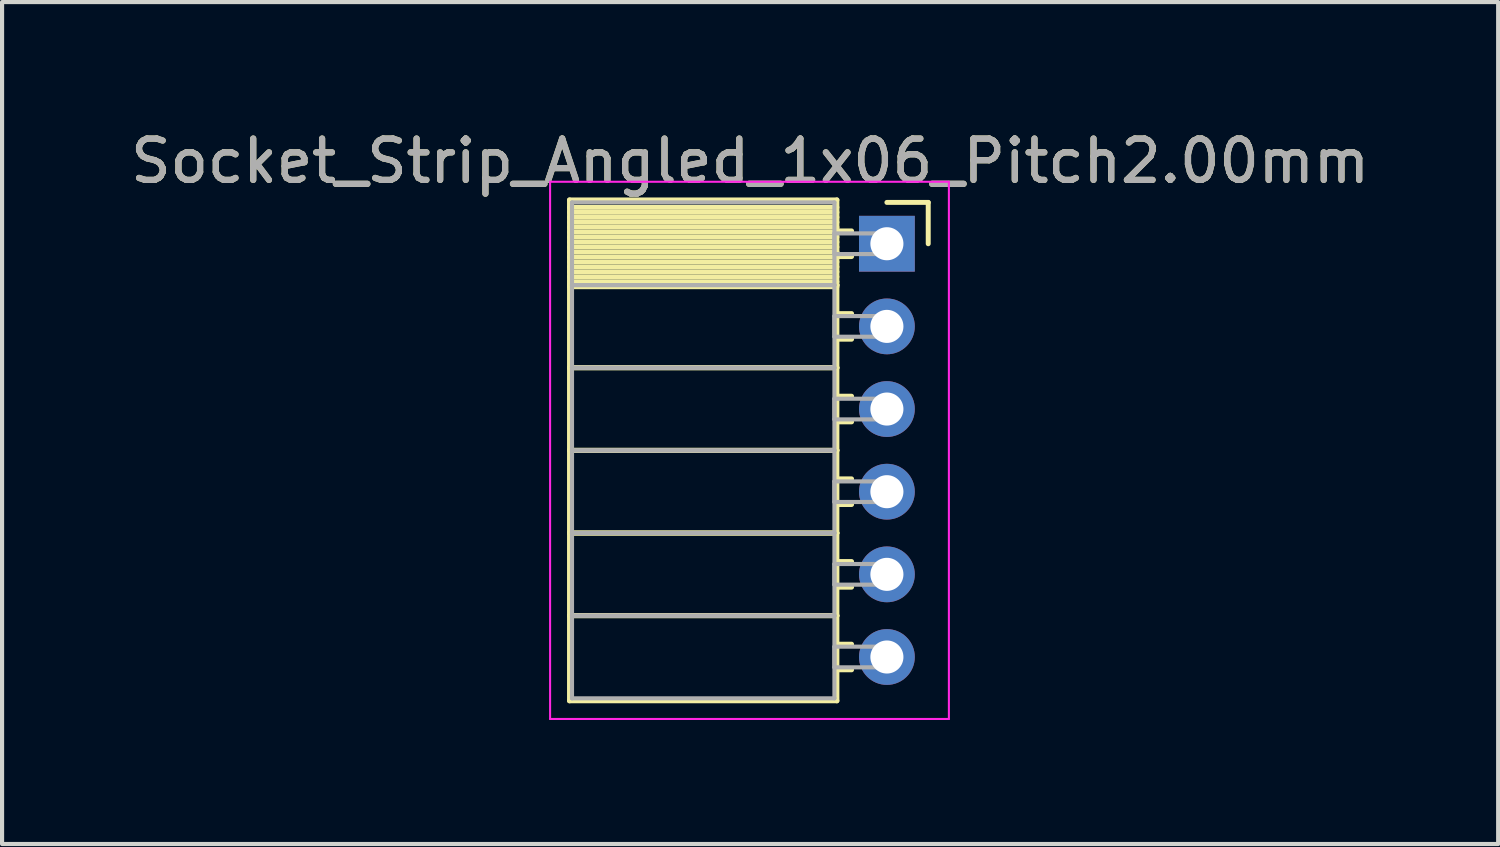
<source format=kicad_pcb>
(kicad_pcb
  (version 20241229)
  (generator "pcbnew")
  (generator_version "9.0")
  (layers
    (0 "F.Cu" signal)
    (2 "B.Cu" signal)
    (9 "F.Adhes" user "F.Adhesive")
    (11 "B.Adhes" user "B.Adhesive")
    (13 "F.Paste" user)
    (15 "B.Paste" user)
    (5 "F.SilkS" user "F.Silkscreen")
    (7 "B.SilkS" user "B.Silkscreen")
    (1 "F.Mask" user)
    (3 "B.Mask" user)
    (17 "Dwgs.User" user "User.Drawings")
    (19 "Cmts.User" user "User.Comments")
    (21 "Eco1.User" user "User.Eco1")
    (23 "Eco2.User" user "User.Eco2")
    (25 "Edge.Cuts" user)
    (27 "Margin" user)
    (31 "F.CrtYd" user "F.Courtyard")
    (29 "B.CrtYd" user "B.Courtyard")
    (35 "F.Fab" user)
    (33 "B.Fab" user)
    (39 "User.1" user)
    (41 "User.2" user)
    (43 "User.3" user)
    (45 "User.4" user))
  (footprint "Socket_Strip_Angled_1x06_Pitch2.00mm"
    (layer "F.Cu")
    (at 18.411 2.848)
    (property "Reference" "Socket_Strip_Angled_1x06_Pitch2.00mm" (at -3.31 -2 0) (layer "F.SilkS") (effects (font (size 1 1) (thickness 0.15))))
    (attr through_hole)
    (fp_line (start -7.68 -1.06) (end -1.21 -1.06) (stroke (width 0.12) (type solid)) (layer "F.SilkS"))
    (fp_line (start -7.68 1) (end -7.68 -1.06) (stroke (width 0.12) (type solid)) (layer "F.SilkS"))
    (fp_line (start -7.68 1) (end -1.21 1) (stroke (width 0.12) (type solid)) (layer "F.SilkS"))
    (fp_line (start -7.68 3) (end -7.68 1) (stroke (width 0.12) (type solid)) (layer "F.SilkS"))
    (fp_line (start -7.68 3) (end -1.21 3) (stroke (width 0.12) (type solid)) (layer "F.SilkS"))
    (fp_line (start -7.68 5) (end -7.68 3) (stroke (width 0.12) (type solid)) (layer "F.SilkS"))
    (fp_line (start -7.68 5) (end -1.21 5) (stroke (width 0.12) (type solid)) (layer "F.SilkS"))
    (fp_line (start -7.68 7) (end -7.68 5) (stroke (width 0.12) (type solid)) (layer "F.SilkS"))
    (fp_line (start -7.68 7) (end -1.21 7) (stroke (width 0.12) (type solid)) (layer "F.SilkS"))
    (fp_line (start -7.68 9) (end -7.68 7) (stroke (width 0.12) (type solid)) (layer "F.SilkS"))
    (fp_line (start -7.68 9) (end -1.21 9) (stroke (width 0.12) (type solid)) (layer "F.SilkS"))
    (fp_line (start -7.68 11.06) (end -7.68 9) (stroke (width 0.12) (type solid)) (layer "F.SilkS"))
    (fp_line (start -1.21 -1.06) (end -1.21 1) (stroke (width 0.12) (type solid)) (layer "F.SilkS"))
    (fp_line (start -1.21 -0.88) (end -7.68 -0.88) (stroke (width 0.12) (type solid)) (layer "F.SilkS"))
    (fp_line (start -1.21 -0.76) (end -7.68 -0.76) (stroke (width 0.12) (type solid)) (layer "F.SilkS"))
    (fp_line (start -1.21 -0.64) (end -7.68 -0.64) (stroke (width 0.12) (type solid)) (layer "F.SilkS"))
    (fp_line (start -1.21 -0.52) (end -7.68 -0.52) (stroke (width 0.12) (type solid)) (layer "F.SilkS"))
    (fp_line (start -1.21 -0.4) (end -7.68 -0.4) (stroke (width 0.12) (type solid)) (layer "F.SilkS"))
    (fp_line (start -1.21 -0.28) (end -7.68 -0.28) (stroke (width 0.12) (type solid)) (layer "F.SilkS"))
    (fp_line (start -1.21 -0.16) (end -7.68 -0.16) (stroke (width 0.12) (type solid)) (layer "F.SilkS"))
    (fp_line (start -1.21 -0.04) (end -7.68 -0.04) (stroke (width 0.12) (type solid)) (layer "F.SilkS"))
    (fp_line (start -1.21 0.08) (end -7.68 0.08) (stroke (width 0.12) (type solid)) (layer "F.SilkS"))
    (fp_line (start -1.21 0.2) (end -7.68 0.2) (stroke (width 0.12) (type solid)) (layer "F.SilkS"))
    (fp_line (start -1.21 0.32) (end -7.68 0.32) (stroke (width 0.12) (type solid)) (layer "F.SilkS"))
    (fp_line (start -1.21 0.44) (end -7.68 0.44) (stroke (width 0.12) (type solid)) (layer "F.SilkS"))
    (fp_line (start -1.21 0.56) (end -7.68 0.56) (stroke (width 0.12) (type solid)) (layer "F.SilkS"))
    (fp_line (start -1.21 0.68) (end -7.68 0.68) (stroke (width 0.12) (type solid)) (layer "F.SilkS"))
    (fp_line (start -1.21 0.8) (end -7.68 0.8) (stroke (width 0.12) (type solid)) (layer "F.SilkS"))
    (fp_line (start -1.21 0.92) (end -7.68 0.92) (stroke (width 0.12) (type solid)) (layer "F.SilkS"))
    (fp_line (start -1.21 1) (end -7.68 1) (stroke (width 0.12) (type solid)) (layer "F.SilkS"))
    (fp_line (start -1.21 1) (end -1.21 3) (stroke (width 0.12) (type solid)) (layer "F.SilkS"))
    (fp_line (start -1.21 1.04) (end -7.68 1.04) (stroke (width 0.12) (type solid)) (layer "F.SilkS"))
    (fp_line (start -1.21 3) (end -7.68 3) (stroke (width 0.12) (type solid)) (layer "F.SilkS"))
    (fp_line (start -1.21 3) (end -1.21 5) (stroke (width 0.12) (type solid)) (layer "F.SilkS"))
    (fp_line (start -1.21 5) (end -7.68 5) (stroke (width 0.12) (type solid)) (layer "F.SilkS"))
    (fp_line (start -1.21 5) (end -1.21 7) (stroke (width 0.12) (type solid)) (layer "F.SilkS"))
    (fp_line (start -1.21 7) (end -7.68 7) (stroke (width 0.12) (type solid)) (layer "F.SilkS"))
    (fp_line (start -1.21 7) (end -1.21 9) (stroke (width 0.12) (type solid)) (layer "F.SilkS"))
    (fp_line (start -1.21 9) (end -7.68 9) (stroke (width 0.12) (type solid)) (layer "F.SilkS"))
    (fp_line (start -1.21 9) (end -1.21 11.06) (stroke (width 0.12) (type solid)) (layer "F.SilkS"))
    (fp_line (start -1.21 11.06) (end -7.68 11.06) (stroke (width 0.12) (type solid)) (layer "F.SilkS"))
    (fp_line (start -0.855 -0.31) (end -1.21 -0.31) (stroke (width 0.12) (type solid)) (layer "F.SilkS"))
    (fp_line (start -0.855 0.31) (end -1.21 0.31) (stroke (width 0.12) (type solid)) (layer "F.SilkS"))
    (fp_line (start -0.855 1.69) (end -1.21 1.69) (stroke (width 0.12) (type solid)) (layer "F.SilkS"))
    (fp_line (start -0.855 2.31) (end -1.21 2.31) (stroke (width 0.12) (type solid)) (layer "F.SilkS"))
    (fp_line (start -0.855 3.69) (end -1.21 3.69) (stroke (width 0.12) (type solid)) (layer "F.SilkS"))
    (fp_line (start -0.855 4.31) (end -1.21 4.31) (stroke (width 0.12) (type solid)) (layer "F.SilkS"))
    (fp_line (start -0.855 5.69) (end -1.21 5.69) (stroke (width 0.12) (type solid)) (layer "F.SilkS"))
    (fp_line (start -0.855 6.31) (end -1.21 6.31) (stroke (width 0.12) (type solid)) (layer "F.SilkS"))
    (fp_line (start -0.855 7.69) (end -1.21 7.69) (stroke (width 0.12) (type solid)) (layer "F.SilkS"))
    (fp_line (start -0.855 8.31) (end -1.21 8.31) (stroke (width 0.12) (type solid)) (layer "F.SilkS"))
    (fp_line (start -0.855 9.69) (end -1.21 9.69) (stroke (width 0.12) (type solid)) (layer "F.SilkS"))
    (fp_line (start -0.855 10.31) (end -1.21 10.31) (stroke (width 0.12) (type solid)) (layer "F.SilkS"))
    (fp_line (start 0 -1) (end 1 -1) (stroke (width 0.12) (type solid)) (layer "F.SilkS"))
    (fp_line (start 1 -1) (end 1 0) (stroke (width 0.12) (type solid)) (layer "F.SilkS"))
    (fp_line (start -8.15 -1.5) (end 1.5 -1.5) (stroke (width 0.05) (type solid)) (layer "F.CrtYd"))
    (fp_line (start -8.15 11.5) (end -8.15 -1.5) (stroke (width 0.05) (type solid)) (layer "F.CrtYd"))
    (fp_line (start 1.5 -1.5) (end 1.5 11.5) (stroke (width 0.05) (type solid)) (layer "F.CrtYd"))
    (fp_line (start 1.5 11.5) (end -8.15 11.5) (stroke (width 0.05) (type solid)) (layer "F.CrtYd"))
    (fp_line (start -7.62 -1) (end -1.27 -1) (stroke (width 0.1) (type solid)) (layer "F.Fab"))
    (fp_line (start -7.62 1) (end -7.62 -1) (stroke (width 0.1) (type solid)) (layer "F.Fab"))
    (fp_line (start -7.62 1) (end -1.27 1) (stroke (width 0.1) (type solid)) (layer "F.Fab"))
    (fp_line (start -7.62 3) (end -7.62 1) (stroke (width 0.1) (type solid)) (layer "F.Fab"))
    (fp_line (start -7.62 3) (end -1.27 3) (stroke (width 0.1) (type solid)) (layer "F.Fab"))
    (fp_line (start -7.62 5) (end -7.62 3) (stroke (width 0.1) (type solid)) (layer "F.Fab"))
    (fp_line (start -7.62 5) (end -1.27 5) (stroke (width 0.1) (type solid)) (layer "F.Fab"))
    (fp_line (start -7.62 7) (end -7.62 5) (stroke (width 0.1) (type solid)) (layer "F.Fab"))
    (fp_line (start -7.62 7) (end -1.27 7) (stroke (width 0.1) (type solid)) (layer "F.Fab"))
    (fp_line (start -7.62 9) (end -7.62 7) (stroke (width 0.1) (type solid)) (layer "F.Fab"))
    (fp_line (start -7.62 9) (end -1.27 9) (stroke (width 0.1) (type solid)) (layer "F.Fab"))
    (fp_line (start -7.62 11) (end -7.62 9) (stroke (width 0.1) (type solid)) (layer "F.Fab"))
    (fp_line (start -1.27 -1) (end -1.27 1) (stroke (width 0.1) (type solid)) (layer "F.Fab"))
    (fp_line (start -1.27 -0.25) (end 0 -0.25) (stroke (width 0.1) (type solid)) (layer "F.Fab"))
    (fp_line (start -1.27 0.25) (end -1.27 -0.25) (stroke (width 0.1) (type solid)) (layer "F.Fab"))
    (fp_line (start -1.27 1) (end -7.62 1) (stroke (width 0.1) (type solid)) (layer "F.Fab"))
    (fp_line (start -1.27 1) (end -1.27 3) (stroke (width 0.1) (type solid)) (layer "F.Fab"))
    (fp_line (start -1.27 1.75) (end 0 1.75) (stroke (width 0.1) (type solid)) (layer "F.Fab"))
    (fp_line (start -1.27 2.25) (end -1.27 1.75) (stroke (width 0.1) (type solid)) (layer "F.Fab"))
    (fp_line (start -1.27 3) (end -7.62 3) (stroke (width 0.1) (type solid)) (layer "F.Fab"))
    (fp_line (start -1.27 3) (end -1.27 5) (stroke (width 0.1) (type solid)) (layer "F.Fab"))
    (fp_line (start -1.27 3.75) (end 0 3.75) (stroke (width 0.1) (type solid)) (layer "F.Fab"))
    (fp_line (start -1.27 4.25) (end -1.27 3.75) (stroke (width 0.1) (type solid)) (layer "F.Fab"))
    (fp_line (start -1.27 5) (end -7.62 5) (stroke (width 0.1) (type solid)) (layer "F.Fab"))
    (fp_line (start -1.27 5) (end -1.27 7) (stroke (width 0.1) (type solid)) (layer "F.Fab"))
    (fp_line (start -1.27 5.75) (end 0 5.75) (stroke (width 0.1) (type solid)) (layer "F.Fab"))
    (fp_line (start -1.27 6.25) (end -1.27 5.75) (stroke (width 0.1) (type solid)) (layer "F.Fab"))
    (fp_line (start -1.27 7) (end -7.62 7) (stroke (width 0.1) (type solid)) (layer "F.Fab"))
    (fp_line (start -1.27 7) (end -1.27 9) (stroke (width 0.1) (type solid)) (layer "F.Fab"))
    (fp_line (start -1.27 7.75) (end 0 7.75) (stroke (width 0.1) (type solid)) (layer "F.Fab"))
    (fp_line (start -1.27 8.25) (end -1.27 7.75) (stroke (width 0.1) (type solid)) (layer "F.Fab"))
    (fp_line (start -1.27 9) (end -7.62 9) (stroke (width 0.1) (type solid)) (layer "F.Fab"))
    (fp_line (start -1.27 9) (end -1.27 11) (stroke (width 0.1) (type solid)) (layer "F.Fab"))
    (fp_line (start -1.27 9.75) (end 0 9.75) (stroke (width 0.1) (type solid)) (layer "F.Fab"))
    (fp_line (start -1.27 10.25) (end -1.27 9.75) (stroke (width 0.1) (type solid)) (layer "F.Fab"))
    (fp_line (start -1.27 11) (end -7.62 11) (stroke (width 0.1) (type solid)) (layer "F.Fab"))
    (fp_line (start 0 -0.25) (end 0 0.25) (stroke (width 0.1) (type solid)) (layer "F.Fab"))
    (fp_line (start 0 0.25) (end -1.27 0.25) (stroke (width 0.1) (type solid)) (layer "F.Fab"))
    (fp_line (start 0 1.75) (end 0 2.25) (stroke (width 0.1) (type solid)) (layer "F.Fab"))
    (fp_line (start 0 2.25) (end -1.27 2.25) (stroke (width 0.1) (type solid)) (layer "F.Fab"))
    (fp_line (start 0 3.75) (end 0 4.25) (stroke (width 0.1) (type solid)) (layer "F.Fab"))
    (fp_line (start 0 4.25) (end -1.27 4.25) (stroke (width 0.1) (type solid)) (layer "F.Fab"))
    (fp_line (start 0 5.75) (end 0 6.25) (stroke (width 0.1) (type solid)) (layer "F.Fab"))
    (fp_line (start 0 6.25) (end -1.27 6.25) (stroke (width 0.1) (type solid)) (layer "F.Fab"))
    (fp_line (start 0 7.75) (end 0 8.25) (stroke (width 0.1) (type solid)) (layer "F.Fab"))
    (fp_line (start 0 8.25) (end -1.27 8.25) (stroke (width 0.1) (type solid)) (layer "F.Fab"))
    (fp_line (start 0 9.75) (end 0 10.25) (stroke (width 0.1) (type solid)) (layer "F.Fab"))
    (fp_line (start 0 10.25) (end -1.27 10.25) (stroke (width 0.1) (type solid)) (layer "F.Fab"))
    (fp_text user "${REFERENCE}" (at -3.31 -2 0) (layer "F.Fab") (effects (font (size 1 1) (thickness 0.15))))
    (pad "1" thru_hole rect (at 0 0) (size 1.35 1.35) (drill 0.8) (layers "*.Cu" "*.Mask"))
    (pad "2" thru_hole oval (at 0 2) (size 1.35 1.35) (drill 0.8) (layers "*.Cu" "*.Mask"))
    (pad "3" thru_hole oval (at 0 4) (size 1.35 1.35) (drill 0.8) (layers "*.Cu" "*.Mask"))
    (pad "4" thru_hole oval (at 0 6) (size 1.35 1.35) (drill 0.8) (layers "*.Cu" "*.Mask"))
    (pad "5" thru_hole oval (at 0 8) (size 1.35 1.35) (drill 0.8) (layers "*.Cu" "*.Mask"))
    (pad "6" thru_hole oval (at 0 10) (size 1.35 1.35) (drill 0.8) (layers "*.Cu" "*.Mask")))
  (gr_rect
    (start -3 -3)
    (end 33.202 17.373)
    (stroke (width 0.1) (type default))
    (fill no)
    (layer "Edge.Cuts")))
</source>
